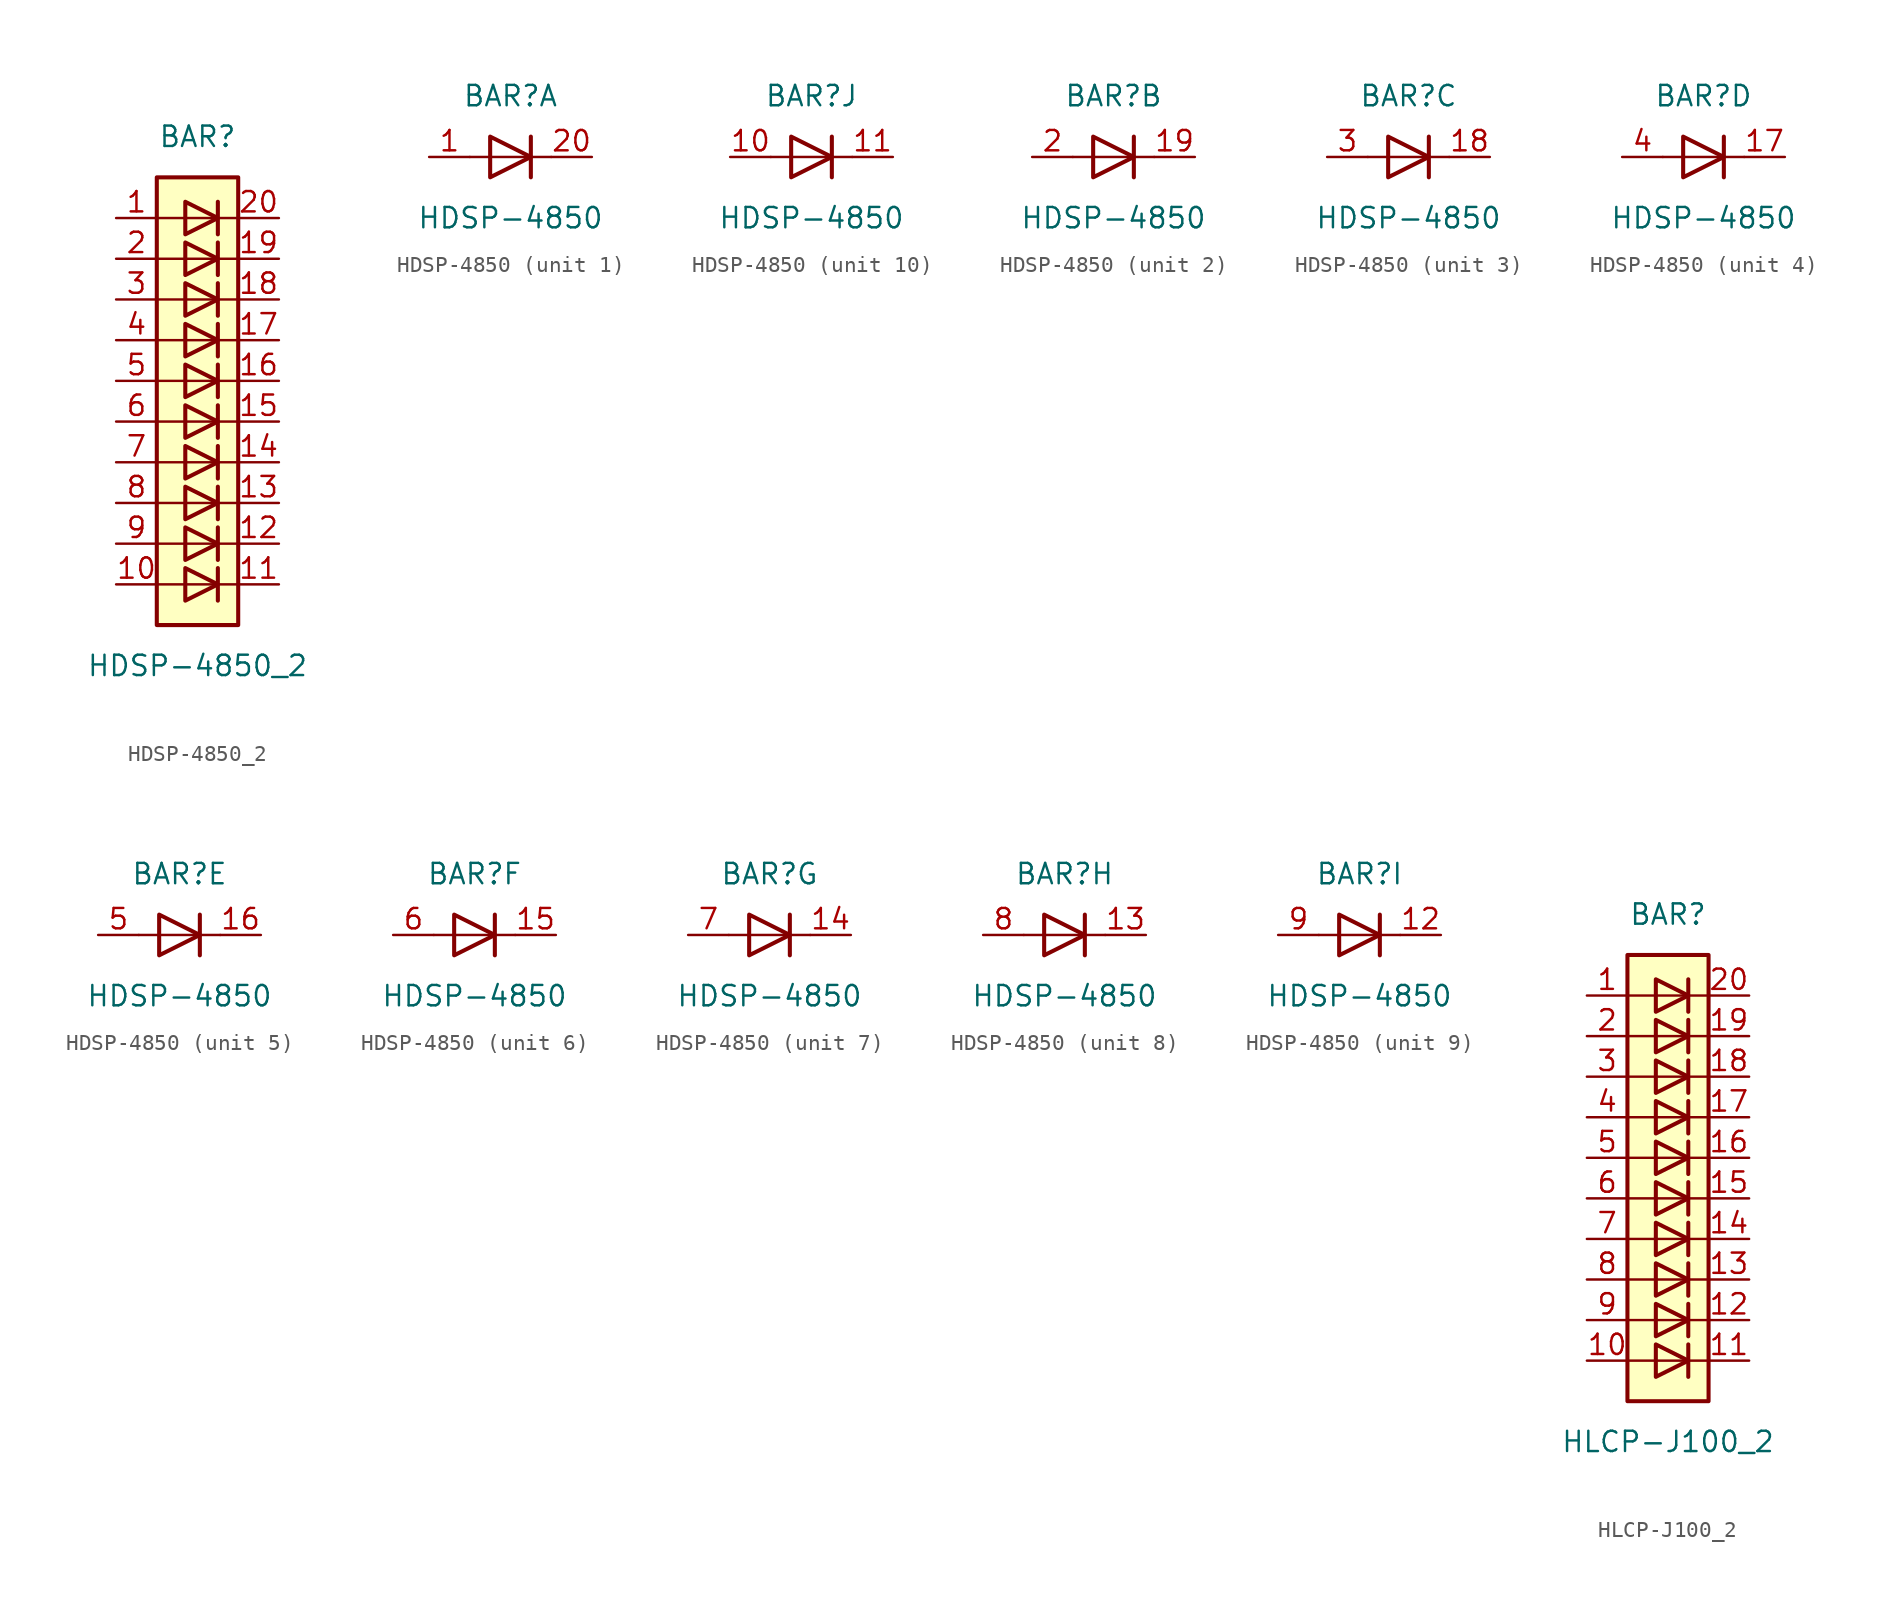
<source format=kicad_sym>
(kicad_symbol_lib
  (version 20201005)
  (generator kicad_symbol_editor)
  (symbol "HDSP-4850_2"
    (pin_names
      (offset 1.016) hide)
    (property "Reference" "BAR"
      (at 0 15.24 0)
      (effects (font (size 1.27 1.27))))
    (property "Value" "HDSP-4850_2"
      (at 0 -17.78 0)
      (effects (font (size 1.27 1.27))))
    (symbol "HDSP-4850_2_0_1"
      (rectangle (start -2.54 12.7) (end 2.54 -15.24) (stroke (width 0.254)) (fill (type background)))
      (polyline (pts (xy -2.54 -12.7) (xy 2.54 -12.7)) (stroke (width 0)) (fill (type none)))
      (polyline (pts (xy -2.54 -10.16) (xy 2.54 -10.16)) (stroke (width 0)) (fill (type none)))
      (polyline (pts (xy -2.54 -7.62) (xy 2.54 -7.62)) (stroke (width 0)) (fill (type none)))
      (polyline (pts (xy -2.54 -5.08) (xy 2.54 -5.08)) (stroke (width 0)) (fill (type none)))
      (polyline (pts (xy -2.54 0) (xy 2.54 0)) (stroke (width 0)) (fill (type none)))
      (polyline (pts (xy -2.54 5.08) (xy 2.54 5.08)) (stroke (width 0)) (fill (type none)))
      (polyline (pts (xy -2.54 7.62) (xy 2.54 7.62)) (stroke (width 0)) (fill (type none)))
      (polyline (pts (xy -2.54 10.16) (xy 2.54 10.16)) (stroke (width 0)) (fill (type none)))
      (polyline (pts (xy 1.27 -11.684) (xy 1.27 -13.716)) (stroke (width 0.254)) (fill (type none)))
      (polyline (pts (xy 1.27 -9.144) (xy 1.27 -11.176)) (stroke (width 0.254)) (fill (type none)))
      (polyline (pts (xy 1.27 -6.604) (xy 1.27 -8.636)) (stroke (width 0.254)) (fill (type none)))
      (polyline (pts (xy 1.27 -4.064) (xy 1.27 -6.096)) (stroke (width 0.254)) (fill (type none)))
      (polyline (pts (xy 1.27 -1.524) (xy 1.27 -3.556)) (stroke (width 0.254)) (fill (type none)))
      (polyline (pts (xy 1.27 1.016) (xy 1.27 -1.016)) (stroke (width 0.254)) (fill (type none)))
      (polyline (pts (xy 1.27 3.556) (xy 1.27 1.524)) (stroke (width 0.254)) (fill (type none)))
      (polyline (pts (xy 1.27 6.096) (xy 1.27 4.064)) (stroke (width 0.254)) (fill (type none)))
      (polyline (pts (xy 1.27 8.636) (xy 1.27 6.604)) (stroke (width 0.254)) (fill (type none)))
      (polyline (pts (xy 1.27 11.176) (xy 1.27 9.144)) (stroke (width 0.254)) (fill (type none)))
      (polyline (pts (xy 2.54 -2.54) (xy -2.54 -2.54)) (stroke (width 0)) (fill (type none)))
      (polyline (pts (xy 2.54 2.54) (xy -2.54 2.54)) (stroke (width 0)) (fill (type none)))
      (polyline (pts (xy -0.762 -11.684) (xy -0.762 -13.716) (xy 1.27 -12.7) (xy -0.762 -11.684)) (stroke (width 0.254)) (fill (type none)))
      (polyline (pts (xy -0.762 -9.144) (xy -0.762 -11.176) (xy 1.27 -10.16) (xy -0.762 -9.144)) (stroke (width 0.254)) (fill (type none)))
      (polyline (pts (xy -0.762 -6.604) (xy -0.762 -8.636) (xy 1.27 -7.62) (xy -0.762 -6.604)) (stroke (width 0.254)) (fill (type none)))
      (polyline (pts (xy -0.762 -4.064) (xy -0.762 -6.096) (xy 1.27 -5.08) (xy -0.762 -4.064)) (stroke (width 0.254)) (fill (type none)))
      (polyline (pts (xy -0.762 -1.524) (xy -0.762 -3.556) (xy 1.27 -2.54) (xy -0.762 -1.524)) (stroke (width 0.254)) (fill (type none)))
      (polyline (pts (xy -0.762 1.016) (xy -0.762 -1.016) (xy 1.27 0) (xy -0.762 1.016)) (stroke (width 0.254)) (fill (type none)))
      (polyline (pts (xy -0.762 3.556) (xy -0.762 1.524) (xy 1.27 2.54) (xy -0.762 3.556)) (stroke (width 0.254)) (fill (type none)))
      (polyline (pts (xy -0.762 6.096) (xy -0.762 4.064) (xy 1.27 5.08) (xy -0.762 6.096)) (stroke (width 0.254)) (fill (type none)))
      (polyline (pts (xy -0.762 8.636) (xy -0.762 6.604) (xy 1.27 7.62) (xy -0.762 8.636)) (stroke (width 0.254)) (fill (type none)))
      (polyline (pts (xy -0.762 11.176) (xy -0.762 9.144) (xy 1.27 10.16) (xy -0.762 11.176)) (stroke (width 0.254)) (fill (type none))))
    (symbol "HDSP-4850_2_1_1"
      (pin passive line (at -5.08 10.16 0) (length 2.54) (name "A" (effects (font (size 1.27 1.27)))) (number "1" (effects (font (size 1.27 1.27)))))
      (pin passive line (at -5.08 -12.7 0) (length 2.54) (name "A" (effects (font (size 1.27 1.27)))) (number "10" (effects (font (size 1.27 1.27)))))
      (pin passive line (at 5.08 -12.7 180) (length 2.54) (name "K" (effects (font (size 1.27 1.27)))) (number "11" (effects (font (size 1.27 1.27)))))
      (pin passive line (at 5.08 -10.16 180) (length 2.54) (name "K" (effects (font (size 1.27 1.27)))) (number "12" (effects (font (size 1.27 1.27)))))
      (pin passive line (at 5.08 -7.62 180) (length 2.54) (name "K" (effects (font (size 1.27 1.27)))) (number "13" (effects (font (size 1.27 1.27)))))
      (pin passive line (at 5.08 -5.08 180) (length 2.54) (name "K" (effects (font (size 1.27 1.27)))) (number "14" (effects (font (size 1.27 1.27)))))
      (pin passive line (at 5.08 -2.54 180) (length 2.54) (name "K" (effects (font (size 1.27 1.27)))) (number "15" (effects (font (size 1.27 1.27)))))
      (pin passive line (at 5.08 0 180) (length 2.54) (name "K" (effects (font (size 1.27 1.27)))) (number "16" (effects (font (size 1.27 1.27)))))
      (pin passive line (at 5.08 2.54 180) (length 2.54) (name "K" (effects (font (size 1.27 1.27)))) (number "17" (effects (font (size 1.27 1.27)))))
      (pin passive line (at 5.08 5.08 180) (length 2.54) (name "K" (effects (font (size 1.27 1.27)))) (number "18" (effects (font (size 1.27 1.27)))))
      (pin passive line (at 5.08 7.62 180) (length 2.54) (name "K" (effects (font (size 1.27 1.27)))) (number "19" (effects (font (size 1.27 1.27)))))
      (pin passive line (at -5.08 7.62 0) (length 2.54) (name "A" (effects (font (size 1.27 1.27)))) (number "2" (effects (font (size 1.27 1.27)))))
      (pin passive line (at 5.08 10.16 180) (length 2.54) (name "K" (effects (font (size 1.27 1.27)))) (number "20" (effects (font (size 1.27 1.27)))))
      (pin passive line (at -5.08 5.08 0) (length 2.54) (name "A" (effects (font (size 1.27 1.27)))) (number "3" (effects (font (size 1.27 1.27)))))
      (pin passive line (at -5.08 2.54 0) (length 2.54) (name "A" (effects (font (size 1.27 1.27)))) (number "4" (effects (font (size 1.27 1.27)))))
      (pin passive line (at -5.08 0 0) (length 2.54) (name "A" (effects (font (size 1.27 1.27)))) (number "5" (effects (font (size 1.27 1.27)))))
      (pin passive line (at -5.08 -2.54 0) (length 2.54) (name "A" (effects (font (size 1.27 1.27)))) (number "6" (effects (font (size 1.27 1.27)))))
      (pin passive line (at -5.08 -5.08 0) (length 2.54) (name "A" (effects (font (size 1.27 1.27)))) (number "7" (effects (font (size 1.27 1.27)))))
      (pin passive line (at -5.08 -7.62 0) (length 2.54) (name "A" (effects (font (size 1.27 1.27)))) (number "8" (effects (font (size 1.27 1.27)))))
      (pin passive line (at -5.08 -10.16 0) (length 2.54) (name "A" (effects (font (size 1.27 1.27)))) (number "9" (effects (font (size 1.27 1.27)))))))
  (symbol "HDSP-4850"
    (pin_names
      (offset 1.016) hide)
    (property "Reference" "BAR"
      (at 0 3.81 0)
      (effects (font (size 1.27 1.27))))
    (property "Value" "HDSP-4850"
      (at 0 -3.81 0)
      (effects (font (size 1.27 1.27))))
    (symbol "HDSP-4850_0_1"
      (polyline (pts (xy -2.54 0) (xy 2.54 0)) (stroke (width 0)) (fill (type none)))
      (polyline (pts (xy 1.27 -1.27) (xy 1.27 1.27)) (stroke (width 0.254)) (fill (type none)))
      (polyline (pts (xy -1.27 1.27) (xy -1.27 -1.27) (xy 1.27 0) (xy -1.27 1.27)) (stroke (width 0.254)) (fill (type none))))
    (symbol "HDSP-4850_1_1"
      (pin passive line (at -5.08 0 0) (length 2.54) (name "A" (effects (font (size 1.27 1.27)))) (number "1" (effects (font (size 1.27 1.27)))))
      (pin passive line (at 5.08 0 180) (length 2.54) (name "K" (effects (font (size 1.27 1.27)))) (number "20" (effects (font (size 1.27 1.27))))))
    (symbol "HDSP-4850_2_1"
      (pin passive line (at 5.08 0 180) (length 2.54) (name "K" (effects (font (size 1.27 1.27)))) (number "19" (effects (font (size 1.27 1.27)))))
      (pin passive line (at -5.08 0 0) (length 2.54) (name "A" (effects (font (size 1.27 1.27)))) (number "2" (effects (font (size 1.27 1.27))))))
    (symbol "HDSP-4850_3_1"
      (pin passive line (at 5.08 0 180) (length 2.54) (name "K" (effects (font (size 1.27 1.27)))) (number "18" (effects (font (size 1.27 1.27)))))
      (pin passive line (at -5.08 0 0) (length 2.54) (name "A" (effects (font (size 1.27 1.27)))) (number "3" (effects (font (size 1.27 1.27))))))
    (symbol "HDSP-4850_4_1"
      (pin passive line (at 5.08 0 180) (length 2.54) (name "K" (effects (font (size 1.27 1.27)))) (number "17" (effects (font (size 1.27 1.27)))))
      (pin passive line (at -5.08 0 0) (length 2.54) (name "A" (effects (font (size 1.27 1.27)))) (number "4" (effects (font (size 1.27 1.27))))))
    (symbol "HDSP-4850_5_1"
      (pin passive line (at 5.08 0 180) (length 2.54) (name "K" (effects (font (size 1.27 1.27)))) (number "16" (effects (font (size 1.27 1.27)))))
      (pin passive line (at -5.08 0 0) (length 2.54) (name "A" (effects (font (size 1.27 1.27)))) (number "5" (effects (font (size 1.27 1.27))))))
    (symbol "HDSP-4850_6_1"
      (pin passive line (at 5.08 0 180) (length 2.54) (name "K" (effects (font (size 1.27 1.27)))) (number "15" (effects (font (size 1.27 1.27)))))
      (pin passive line (at -5.08 0 0) (length 2.54) (name "A" (effects (font (size 1.27 1.27)))) (number "6" (effects (font (size 1.27 1.27))))))
    (symbol "HDSP-4850_7_1"
      (pin passive line (at 5.08 0 180) (length 2.54) (name "K" (effects (font (size 1.27 1.27)))) (number "14" (effects (font (size 1.27 1.27)))))
      (pin passive line (at -5.08 0 0) (length 2.54) (name "A" (effects (font (size 1.27 1.27)))) (number "7" (effects (font (size 1.27 1.27))))))
    (symbol "HDSP-4850_8_1"
      (pin passive line (at 5.08 0 180) (length 2.54) (name "K" (effects (font (size 1.27 1.27)))) (number "13" (effects (font (size 1.27 1.27)))))
      (pin passive line (at -5.08 0 0) (length 2.54) (name "A" (effects (font (size 1.27 1.27)))) (number "8" (effects (font (size 1.27 1.27))))))
    (symbol "HDSP-4850_9_1"
      (pin passive line (at 5.08 0 180) (length 2.54) (name "K" (effects (font (size 1.27 1.27)))) (number "12" (effects (font (size 1.27 1.27)))))
      (pin passive line (at -5.08 0 0) (length 2.54) (name "A" (effects (font (size 1.27 1.27)))) (number "9" (effects (font (size 1.27 1.27))))))
    (symbol "HDSP-4850_10_1"
      (pin passive line (at -5.08 0 0) (length 2.54) (name "A" (effects (font (size 1.27 1.27)))) (number "10" (effects (font (size 1.27 1.27)))))
      (pin passive line (at 5.08 0 180) (length 2.54) (name "K" (effects (font (size 1.27 1.27)))) (number "11" (effects (font (size 1.27 1.27)))))))
  (symbol "HLCP-J100_2"
    (pin_names
      (offset 1.016) hide)
    (property "Reference" "BAR"
      (at 0 15.24 0)
      (effects (font (size 1.27 1.27))))
    (property "Value" "HLCP-J100_2"
      (at 0 -17.78 0)
      (effects (font (size 1.27 1.27))))
    (symbol "HLCP-J100_2_0_1"
      (rectangle (start -2.54 12.7) (end 2.54 -15.24) (stroke (width 0.254)) (fill (type background)))
      (polyline (pts (xy -2.54 -12.7) (xy 2.54 -12.7)) (stroke (width 0)) (fill (type none)))
      (polyline (pts (xy -2.54 -10.16) (xy 2.54 -10.16)) (stroke (width 0)) (fill (type none)))
      (polyline (pts (xy -2.54 -7.62) (xy 2.54 -7.62)) (stroke (width 0)) (fill (type none)))
      (polyline (pts (xy -2.54 -5.08) (xy 2.54 -5.08)) (stroke (width 0)) (fill (type none)))
      (polyline (pts (xy -2.54 0) (xy 2.54 0)) (stroke (width 0)) (fill (type none)))
      (polyline (pts (xy -2.54 5.08) (xy 2.54 5.08)) (stroke (width 0)) (fill (type none)))
      (polyline (pts (xy -2.54 7.62) (xy 2.54 7.62)) (stroke (width 0)) (fill (type none)))
      (polyline (pts (xy -2.54 10.16) (xy 2.54 10.16)) (stroke (width 0)) (fill (type none)))
      (polyline (pts (xy 1.27 -11.684) (xy 1.27 -13.716)) (stroke (width 0.254)) (fill (type none)))
      (polyline (pts (xy 1.27 -9.144) (xy 1.27 -11.176)) (stroke (width 0.254)) (fill (type none)))
      (polyline (pts (xy 1.27 -6.604) (xy 1.27 -8.636)) (stroke (width 0.254)) (fill (type none)))
      (polyline (pts (xy 1.27 -4.064) (xy 1.27 -6.096)) (stroke (width 0.254)) (fill (type none)))
      (polyline (pts (xy 1.27 -1.524) (xy 1.27 -3.556)) (stroke (width 0.254)) (fill (type none)))
      (polyline (pts (xy 1.27 1.016) (xy 1.27 -1.016)) (stroke (width 0.254)) (fill (type none)))
      (polyline (pts (xy 1.27 3.556) (xy 1.27 1.524)) (stroke (width 0.254)) (fill (type none)))
      (polyline (pts (xy 1.27 6.096) (xy 1.27 4.064)) (stroke (width 0.254)) (fill (type none)))
      (polyline (pts (xy 1.27 8.636) (xy 1.27 6.604)) (stroke (width 0.254)) (fill (type none)))
      (polyline (pts (xy 1.27 11.176) (xy 1.27 9.144)) (stroke (width 0.254)) (fill (type none)))
      (polyline (pts (xy 2.54 -2.54) (xy -2.54 -2.54)) (stroke (width 0)) (fill (type none)))
      (polyline (pts (xy 2.54 2.54) (xy -2.54 2.54)) (stroke (width 0)) (fill (type none)))
      (polyline (pts (xy -0.762 -11.684) (xy -0.762 -13.716) (xy 1.27 -12.7) (xy -0.762 -11.684)) (stroke (width 0.254)) (fill (type none)))
      (polyline (pts (xy -0.762 -9.144) (xy -0.762 -11.176) (xy 1.27 -10.16) (xy -0.762 -9.144)) (stroke (width 0.254)) (fill (type none)))
      (polyline (pts (xy -0.762 -6.604) (xy -0.762 -8.636) (xy 1.27 -7.62) (xy -0.762 -6.604)) (stroke (width 0.254)) (fill (type none)))
      (polyline (pts (xy -0.762 -4.064) (xy -0.762 -6.096) (xy 1.27 -5.08) (xy -0.762 -4.064)) (stroke (width 0.254)) (fill (type none)))
      (polyline (pts (xy -0.762 -1.524) (xy -0.762 -3.556) (xy 1.27 -2.54) (xy -0.762 -1.524)) (stroke (width 0.254)) (fill (type none)))
      (polyline (pts (xy -0.762 1.016) (xy -0.762 -1.016) (xy 1.27 0) (xy -0.762 1.016)) (stroke (width 0.254)) (fill (type none)))
      (polyline (pts (xy -0.762 3.556) (xy -0.762 1.524) (xy 1.27 2.54) (xy -0.762 3.556)) (stroke (width 0.254)) (fill (type none)))
      (polyline (pts (xy -0.762 6.096) (xy -0.762 4.064) (xy 1.27 5.08) (xy -0.762 6.096)) (stroke (width 0.254)) (fill (type none)))
      (polyline (pts (xy -0.762 8.636) (xy -0.762 6.604) (xy 1.27 7.62) (xy -0.762 8.636)) (stroke (width 0.254)) (fill (type none)))
      (polyline (pts (xy -0.762 11.176) (xy -0.762 9.144) (xy 1.27 10.16) (xy -0.762 11.176)) (stroke (width 0.254)) (fill (type none))))
    (symbol "HLCP-J100_2_1_1"
      (pin passive line (at -5.08 10.16 0) (length 2.54) (name "A" (effects (font (size 1.27 1.27)))) (number "1" (effects (font (size 1.27 1.27)))))
      (pin passive line (at -5.08 -12.7 0) (length 2.54) (name "A" (effects (font (size 1.27 1.27)))) (number "10" (effects (font (size 1.27 1.27)))))
      (pin passive line (at 5.08 -12.7 180) (length 2.54) (name "K" (effects (font (size 1.27 1.27)))) (number "11" (effects (font (size 1.27 1.27)))))
      (pin passive line (at 5.08 -10.16 180) (length 2.54) (name "K" (effects (font (size 1.27 1.27)))) (number "12" (effects (font (size 1.27 1.27)))))
      (pin passive line (at 5.08 -7.62 180) (length 2.54) (name "K" (effects (font (size 1.27 1.27)))) (number "13" (effects (font (size 1.27 1.27)))))
      (pin passive line (at 5.08 -5.08 180) (length 2.54) (name "K" (effects (font (size 1.27 1.27)))) (number "14" (effects (font (size 1.27 1.27)))))
      (pin passive line (at 5.08 -2.54 180) (length 2.54) (name "K" (effects (font (size 1.27 1.27)))) (number "15" (effects (font (size 1.27 1.27)))))
      (pin passive line (at 5.08 0 180) (length 2.54) (name "K" (effects (font (size 1.27 1.27)))) (number "16" (effects (font (size 1.27 1.27)))))
      (pin passive line (at 5.08 2.54 180) (length 2.54) (name "K" (effects (font (size 1.27 1.27)))) (number "17" (effects (font (size 1.27 1.27)))))
      (pin passive line (at 5.08 5.08 180) (length 2.54) (name "K" (effects (font (size 1.27 1.27)))) (number "18" (effects (font (size 1.27 1.27)))))
      (pin passive line (at 5.08 7.62 180) (length 2.54) (name "K" (effects (font (size 1.27 1.27)))) (number "19" (effects (font (size 1.27 1.27)))))
      (pin passive line (at -5.08 7.62 0) (length 2.54) (name "A" (effects (font (size 1.27 1.27)))) (number "2" (effects (font (size 1.27 1.27)))))
      (pin passive line (at 5.08 10.16 180) (length 2.54) (name "K" (effects (font (size 1.27 1.27)))) (number "20" (effects (font (size 1.27 1.27)))))
      (pin passive line (at -5.08 5.08 0) (length 2.54) (name "A" (effects (font (size 1.27 1.27)))) (number "3" (effects (font (size 1.27 1.27)))))
      (pin passive line (at -5.08 2.54 0) (length 2.54) (name "A" (effects (font (size 1.27 1.27)))) (number "4" (effects (font (size 1.27 1.27)))))
      (pin passive line (at -5.08 0 0) (length 2.54) (name "A" (effects (font (size 1.27 1.27)))) (number "5" (effects (font (size 1.27 1.27)))))
      (pin passive line (at -5.08 -2.54 0) (length 2.54) (name "A" (effects (font (size 1.27 1.27)))) (number "6" (effects (font (size 1.27 1.27)))))
      (pin passive line (at -5.08 -5.08 0) (length 2.54) (name "A" (effects (font (size 1.27 1.27)))) (number "7" (effects (font (size 1.27 1.27)))))
      (pin passive line (at -5.08 -7.62 0) (length 2.54) (name "A" (effects (font (size 1.27 1.27)))) (number "8" (effects (font (size 1.27 1.27)))))
      (pin passive line (at -5.08 -10.16 0) (length 2.54) (name "A" (effects (font (size 1.27 1.27)))) (number "9" (effects (font (size 1.27 1.27))))))))
</source>
